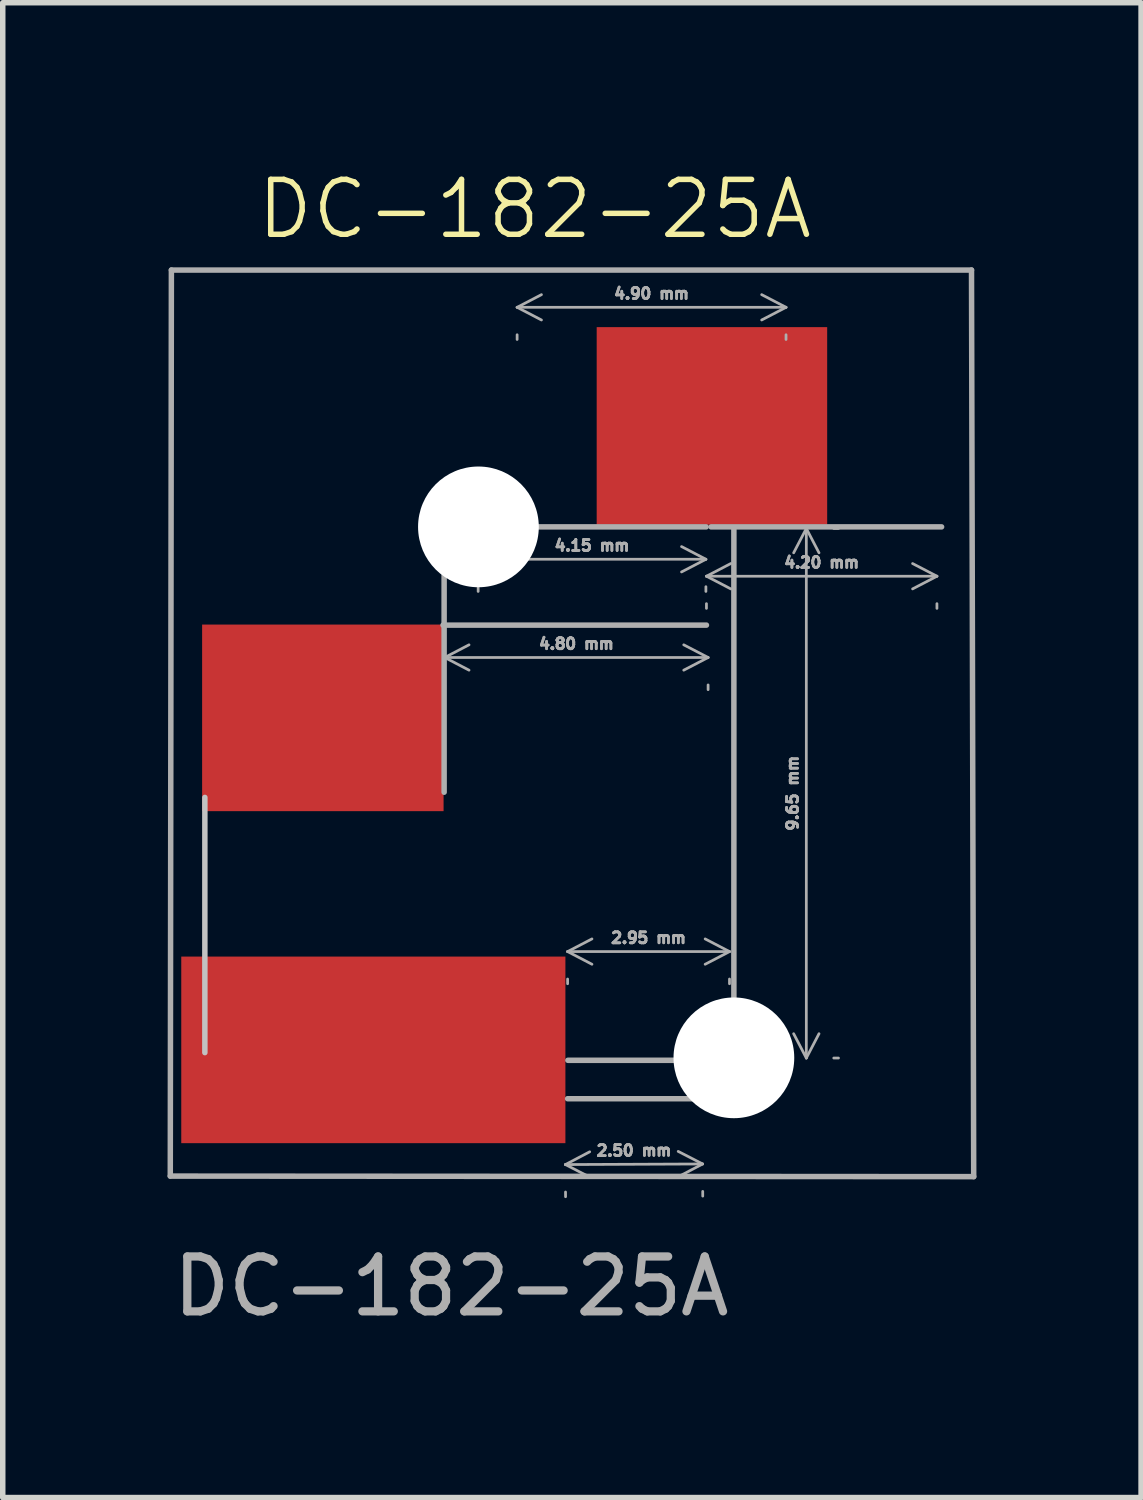
<source format=kicad_pcb>
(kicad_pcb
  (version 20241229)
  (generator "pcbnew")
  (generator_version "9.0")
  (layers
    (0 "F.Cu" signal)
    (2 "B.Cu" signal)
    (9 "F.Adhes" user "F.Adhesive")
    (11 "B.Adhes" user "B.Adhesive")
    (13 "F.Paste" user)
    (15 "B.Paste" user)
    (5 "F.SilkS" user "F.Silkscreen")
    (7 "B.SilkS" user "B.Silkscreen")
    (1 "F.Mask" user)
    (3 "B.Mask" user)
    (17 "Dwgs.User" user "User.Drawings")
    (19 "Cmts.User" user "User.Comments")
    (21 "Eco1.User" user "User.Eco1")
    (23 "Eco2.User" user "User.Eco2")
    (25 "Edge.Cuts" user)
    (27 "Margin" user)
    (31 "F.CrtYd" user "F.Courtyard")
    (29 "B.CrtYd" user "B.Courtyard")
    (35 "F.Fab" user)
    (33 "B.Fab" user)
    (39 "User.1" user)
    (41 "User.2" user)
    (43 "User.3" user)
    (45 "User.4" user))
  (footprint "DC-182-25A"
    (layer "F.Cu")
    (at 2.503 14.691)
    (property "Reference" "DC-182-25A" (at 4.19 -13.93 0) (unlocked yes) (layer "F.SilkS") (effects (font (size 1 1) (thickness 0.1))))
    (attr smd)
    (fp_line (start -1.82 -3.21) (end -1.82 1.44) (stroke (width 0.1) (type default)) (layer "Dwgs.User"))
    (fp_line (start -2.45 3.69) (end -2.43 -12.82) (stroke (width 0.1) (type default)) (layer "F.Fab"))
    (fp_line (start 2.52 -6.35) (end 7.32 -6.35) (stroke (width 0.1) (type default)) (layer "F.Fab"))
    (fp_line (start 2.54 -8.205) (end 2.54 -3.305) (stroke (width 0.1) (type default)) (layer "F.Fab"))
    (fp_line (start 3.165 -8.14) (end 7.315 -8.14) (stroke (width 0.1) (type default)) (layer "F.Fab"))
    (fp_line (start 4.79 2.28) (end 7.29 2.28) (stroke (width 0.1) (type default)) (layer "F.Fab"))
    (fp_line (start 4.795 1.58) (end 7.745 1.58) (stroke (width 0.1) (type default)) (layer "F.Fab"))
    (fp_line (start 7.405 -8.14) (end 11.605 -8.14) (stroke (width 0.1) (type default)) (layer "F.Fab"))
    (fp_line (start 7.82 1.535) (end 7.82 -8.115) (stroke (width 0.1) (type default)) (layer "F.Fab"))
    (fp_line (start 12.15 -12.82) (end -2.43 -12.82) (stroke (width 0.1) (type default)) (layer "F.Fab"))
    (fp_line (start 12.15 -12.82) (end 12.19 3.7) (stroke (width 0.1) (type default)) (layer "F.Fab"))
    (fp_line (start 12.19 3.7) (end -2.45 3.69) (stroke (width 0.1) (type default)) (layer "F.Fab"))
    (fp_text user "${REFERENCE}" (at 2.67 5.7 0) (unlocked yes) (layer "F.Fab") (effects (font (size 1 1) (thickness 0.15))))
    (dimension (type aligned) (layer "F.Fab") (pts (xy 9.753 18.16) (xy 7.253 18.171)) (height 0) (format (prefix "") (suffix "") (units 3) (units_format 1) (precision 2)) (style (thickness 0.05) (arrow_length 0.5) (text_position_mode 0) (arrow_direction outward) (extension_height 0.586) (extension_offset 0.5) (keep_text_aligned yes)) (gr_text "2.50 mm" (at 8.502 17.916 0.229) (layer "F.Fab") (effects (font (size 0.2 0.2) (thickness 0.05) (bold yes)))))
    (dimension (type aligned) (layer "F.Fab") (pts (xy 11.643 6.58) (xy 11.643 16.23)) (height 0) (format (prefix "") (suffix "") (units 3) (units_format 1) (precision 2)) (style (thickness 0.05) (arrow_length 0.5) (text_position_mode 0) (arrow_direction outward) (extension_height 0.586) (extension_offset 0.5) (keep_text_aligned yes)) (gr_text "9.65 mm" (at 11.393 11.405 90) (layer "F.Fab") (effects (font (size 0.2 0.2) (thickness 0.05) (bold yes)))))
    (dimension (type aligned) (layer "F.Fab") (pts (xy 9.853 8.931) (xy 5.053 8.931)) (height 0) (format (prefix "") (suffix "") (units 3) (units_format 1) (precision 2)) (style (thickness 0.05) (arrow_length 0.5) (text_position_mode 0) (arrow_direction outward) (extension_height 0.586) (extension_offset 0.5) (keep_text_aligned yes)) (gr_text "4.80 mm" (at 7.453 8.681 0) (layer "F.Fab") (effects (font (size 0.2 0.2) (thickness 0.05) (bold yes)))))
    (dimension (type aligned) (layer "F.Fab") (pts (xy 10.243 14.29) (xy 7.293 14.29)) (height 0) (format (prefix "") (suffix "") (units 3) (units_format 1) (precision 2)) (style (thickness 0.05) (arrow_length 0.5) (text_position_mode 0) (arrow_direction outward) (extension_height 0.586) (extension_offset 0.5) (keep_text_aligned yes)) (gr_text "2.95 mm" (at 8.768 14.04 0) (layer "F.Fab") (effects (font (size 0.2 0.2) (thickness 0.05) (bold yes)))))
    (dimension (type aligned) (layer "F.Fab") (pts (xy 14.023 7.45) (xy 9.823 7.45)) (height 0) (format (prefix "") (suffix "") (units 3) (units_format 1) (precision 2)) (style (thickness 0.05) (arrow_length 0.5) (text_position_mode 0) (arrow_direction outward) (extension_height 0.586) (extension_offset 0.5) (keep_text_aligned yes)) (gr_text "4.20 mm" (at 11.923 7.2 0) (layer "F.Fab") (effects (font (size 0.2 0.2) (thickness 0.05) (bold yes)))))
    (dimension (type aligned) (layer "F.Fab") (pts (xy 9.813 7.141) (xy 5.663 7.141)) (height 0) (format (prefix "") (suffix "") (units 3) (units_format 1) (precision 2)) (style (thickness 0.05) (arrow_length 0.5) (text_position_mode 0) (arrow_direction outward) (extension_height 0.586) (extension_offset 0.5) (keep_text_aligned yes)) (gr_text "4.15 mm" (at 7.738 6.891 0) (layer "F.Fab") (effects (font (size 0.2 0.2) (thickness 0.05) (bold yes)))))
    (dimension (type aligned) (layer "F.Fab") (pts (xy 11.273 2.55) (xy 6.373 2.55)) (height 0) (format (prefix "") (suffix "") (units 3) (units_format 1) (precision 2)) (style (thickness 0.05) (arrow_length 0.5) (text_position_mode 0) (arrow_direction outward) (extension_height 0.586) (extension_offset 0.5) (keep_text_aligned yes)) (gr_text "4.90 mm" (at 8.823 2.3 0) (layer "F.Fab") (effects (font (size 0.2 0.2) (thickness 0.05) (bold yes)))))
    (pad "" np_thru_hole circle (at 3.165 -8.14 270) (size 2.2 2.2) (drill 2.2) (layers "*.Cu" "*.Mask"))
    (pad "" np_thru_hole circle (at 7.82 1.535 270) (size 2.2 2.2) (drill 2.2) (layers "*.Cu" "*.Mask"))
    (pad "1" smd rect (at 7.42 -9.98 270) (size 3.6 4.2) (layers "F.Cu" "F.Mask" "F.Paste"))
    (pad "2" smd rect (at 0.33 -4.66 270) (size 3.4 4.4) (layers "F.Cu" "F.Mask" "F.Paste"))
    (pad "3" smd rect (at 1.25 1.39 270) (size 3.4 7) (layers "F.Cu" "F.Mask" "F.Paste")))
  (gr_rect
    (start -3 -3)
    (end 17.743 24.239)
    (stroke (width 0.1) (type default))
    (fill no)
    (layer "Edge.Cuts")))
</source>
